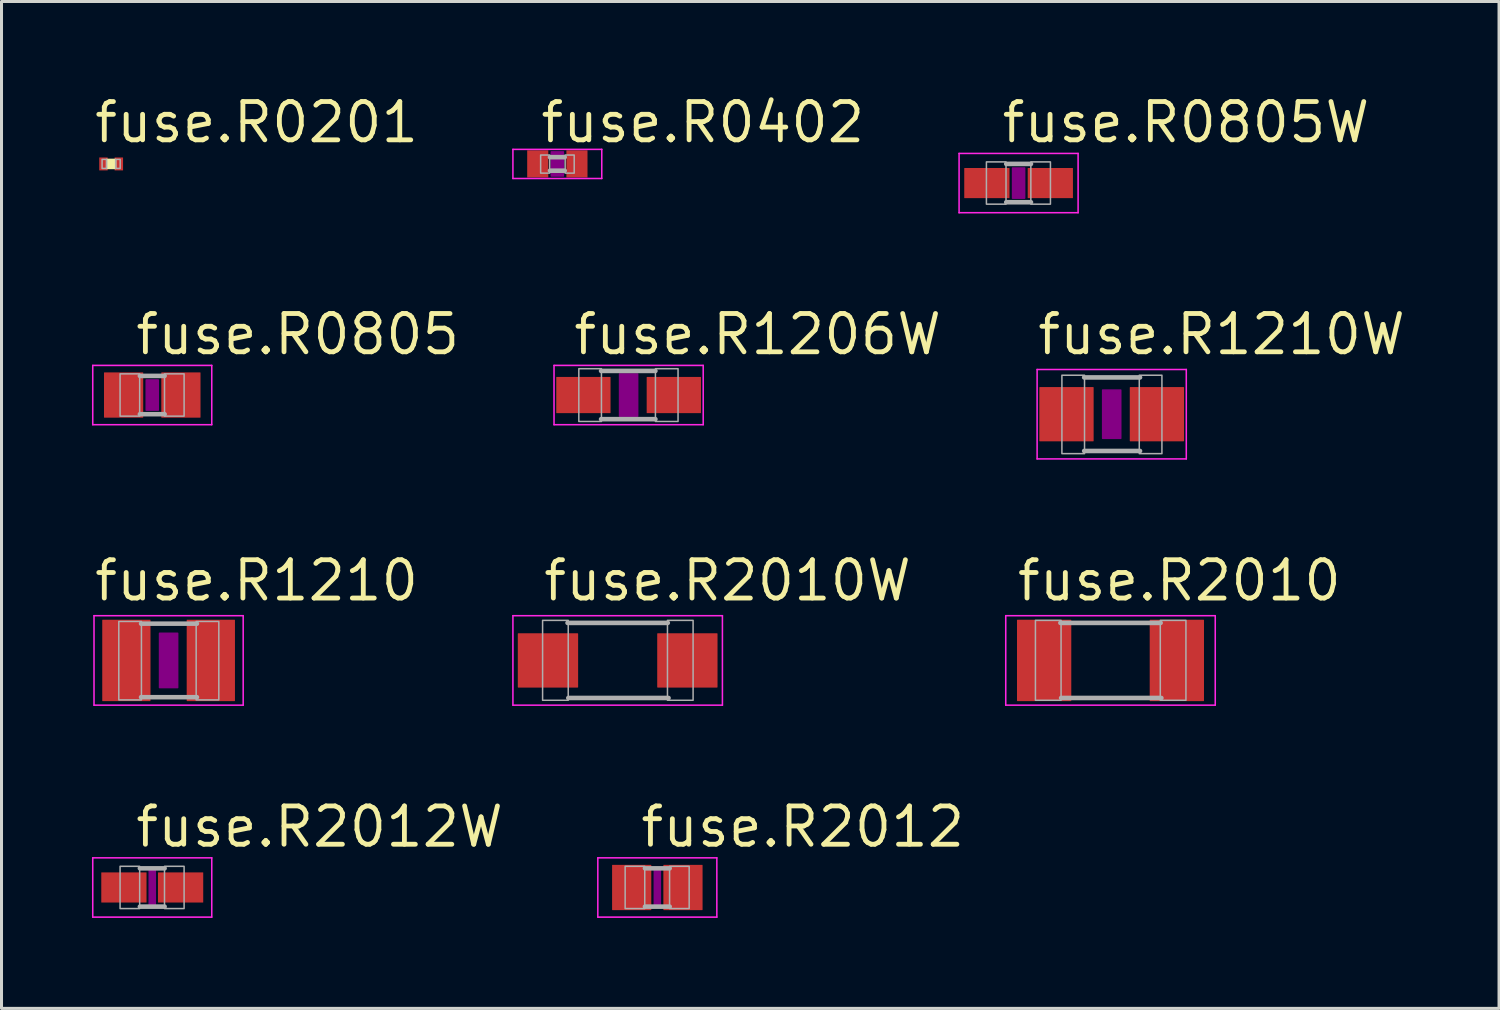
<source format=kicad_pcb>
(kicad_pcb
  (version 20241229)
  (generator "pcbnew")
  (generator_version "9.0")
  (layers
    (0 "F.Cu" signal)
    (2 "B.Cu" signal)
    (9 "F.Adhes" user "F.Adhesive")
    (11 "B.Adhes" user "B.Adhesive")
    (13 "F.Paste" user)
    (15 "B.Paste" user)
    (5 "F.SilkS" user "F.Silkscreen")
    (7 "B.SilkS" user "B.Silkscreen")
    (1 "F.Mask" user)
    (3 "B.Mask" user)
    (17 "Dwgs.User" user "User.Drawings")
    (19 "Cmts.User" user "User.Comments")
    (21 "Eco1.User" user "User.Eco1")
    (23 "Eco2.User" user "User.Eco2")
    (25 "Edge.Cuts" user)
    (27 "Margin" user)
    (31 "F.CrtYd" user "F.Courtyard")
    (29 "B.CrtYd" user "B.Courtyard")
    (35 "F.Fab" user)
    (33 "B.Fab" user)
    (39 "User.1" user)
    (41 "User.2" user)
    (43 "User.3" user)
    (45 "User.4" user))
  (footprint "fuse.R2010W"
    (layer "F.Cu")
    (at 17.429 18.847)
    (property "Reference" "fuse.R2010W" (at -2.54 -1.905 0) (layer "F.SilkS") (effects (font (size 1.27 1.27) (thickness 0.16)) (justify left bottom)))
    (attr smd)
    (fp_line (start -3.473 -1.483) (end 3.473 -1.483) (stroke (width 0.051) (type default)) (layer "F.CrtYd"))
    (fp_line (start -3.473 1.483) (end -3.473 -1.483) (stroke (width 0.051) (type default)) (layer "F.CrtYd"))
    (fp_line (start 3.473 -1.483) (end 3.473 1.483) (stroke (width 0.051) (type default)) (layer "F.CrtYd"))
    (fp_line (start 3.473 1.483) (end -3.473 1.483) (stroke (width 0.051) (type default)) (layer "F.CrtYd"))
    (fp_line (start -1.662 -1.245) (end 1.662 -1.245) (stroke (width 0.152) (type default)) (layer "F.Fab"))
    (fp_line (start -1.637 1.245) (end 1.687 1.245) (stroke (width 0.152) (type default)) (layer "F.Fab"))
    (fp_rect (start -2.489 1.321) (end -1.639 -1.329) (stroke (width 0.05) (type default)) (fill no) (layer "F.Fab"))
    (fp_rect (start 1.651 1.321) (end 2.501 -1.329) (stroke (width 0.05) (type default)) (fill no) (layer "F.Fab"))
    (pad "1" smd roundrect (at -2.311 0) (size 2 1.8) (layers "F.Cu" "F.Mask" "F.Paste") (roundrect_rratio 0.01))
    (pad "2" smd roundrect (at 2.311 0) (size 2 1.8) (layers "F.Cu" "F.Mask" "F.Paste") (roundrect_rratio 0.01)))
  (footprint "fuse.R2010"
    (layer "F.Cu")
    (at 33.769 18.847)
    (property "Reference" "fuse.R2010" (at -3.175 -1.905 0) (layer "F.SilkS") (effects (font (size 1.27 1.27) (thickness 0.16)) (justify left bottom)))
    (attr smd)
    (fp_line (start -3.473 -1.483) (end 3.473 -1.483) (stroke (width 0.051) (type default)) (layer "F.CrtYd"))
    (fp_line (start -3.473 1.483) (end -3.473 -1.483) (stroke (width 0.051) (type default)) (layer "F.CrtYd"))
    (fp_line (start 3.473 -1.483) (end 3.473 1.483) (stroke (width 0.051) (type default)) (layer "F.CrtYd"))
    (fp_line (start 3.473 1.483) (end -3.473 1.483) (stroke (width 0.051) (type default)) (layer "F.CrtYd"))
    (fp_line (start -1.662 -1.245) (end 1.662 -1.245) (stroke (width 0.152) (type default)) (layer "F.Fab"))
    (fp_line (start -1.637 1.245) (end 1.687 1.245) (stroke (width 0.152) (type default)) (layer "F.Fab"))
    (fp_rect (start -2.489 1.321) (end -1.639 -1.329) (stroke (width 0.05) (type default)) (fill no) (layer "F.Fab"))
    (fp_rect (start 1.651 1.321) (end 2.501 -1.329) (stroke (width 0.05) (type default)) (fill no) (layer "F.Fab"))
    (pad "1" smd roundrect (at -2.2 0) (size 1.8 2.7) (layers "F.Cu" "F.Mask" "F.Paste") (roundrect_rratio 0.01))
    (pad "2" smd roundrect (at 2.2 0) (size 1.8 2.7) (layers "F.Cu" "F.Mask" "F.Paste") (roundrect_rratio 0.01)))
  (footprint "fuse.R0805W"
    (layer "F.Cu")
    (at 30.722 3.02)
    (property "Reference" "fuse.R0805W" (at -0.635 -1.27 0) (layer "F.SilkS") (effects (font (size 1.27 1.27) (thickness 0.16)) (justify left bottom)))
    (attr smd)
    (fp_rect (start -0.2 0.5) (end 0.2 -0.5) (stroke (width 0.05) (type default)) (fill yes) (layer "F.Adhes"))
    (fp_line (start -1.973 -0.983) (end 1.973 -0.983) (stroke (width 0.051) (type default)) (layer "F.CrtYd"))
    (fp_line (start -1.973 0.983) (end -1.973 -0.983) (stroke (width 0.051) (type default)) (layer "F.CrtYd"))
    (fp_line (start 1.973 -0.983) (end 1.973 0.983) (stroke (width 0.051) (type default)) (layer "F.CrtYd"))
    (fp_line (start 1.973 0.983) (end -1.973 0.983) (stroke (width 0.051) (type default)) (layer "F.CrtYd"))
    (fp_line (start -0.41 -0.635) (end 0.41 -0.635) (stroke (width 0.152) (type default)) (layer "F.Fab"))
    (fp_line (start -0.41 0.635) (end 0.41 0.635) (stroke (width 0.152) (type default)) (layer "F.Fab"))
    (fp_rect (start -1.067 0.699) (end -0.417 -0.702) (stroke (width 0.05) (type default)) (fill no) (layer "F.Fab"))
    (fp_rect (start 0.406 0.699) (end 1.056 -0.702) (stroke (width 0.05) (type default)) (fill no) (layer "F.Fab"))
    (pad "1" smd roundrect (at -1.052 0) (size 1.5 1) (layers "F.Cu" "F.Mask" "F.Paste") (roundrect_rratio 0.01))
    (pad "2" smd roundrect (at 1.052 0) (size 1.5 1) (layers "F.Cu" "F.Mask" "F.Paste") (roundrect_rratio 0.01)))
  (footprint "fuse.R0201"
    (layer "F.Cu")
    (at 0.635 2.385)
    (property "Reference" "fuse.R0201" (at -0.635 -0.635 0) (layer "F.SilkS") (effects (font (size 1.27 1.27) (thickness 0.16)) (justify left bottom)))
    (attr smd)
    (fp_rect (start -0.15 0.15) (end 0.15 -0.15) (stroke (width 0.05) (type default)) (fill yes) (layer "F.SilkS"))
    (fp_rect (start -0.3 0.15) (end -0.15 -0.15) (stroke (width 0.05) (type default)) (fill no) (layer "F.Fab"))
    (fp_rect (start 0.15 0.15) (end 0.3 -0.15) (stroke (width 0.05) (type default)) (fill no) (layer "F.Fab"))
    (pad "1" smd roundrect (at -0.255 0) (size 0.28 0.43) (layers "F.Cu" "F.Mask" "F.Paste") (roundrect_rratio 0.01))
    (pad "2" smd roundrect (at 0.255 0) (size 0.28 0.43) (layers "F.Cu" "F.Mask" "F.Paste") (roundrect_rratio 0.01)))
  (footprint "fuse.R2012W"
    (layer "F.Cu")
    (at 1.998 26.375)
    (property "Reference" "fuse.R2012W" (at -0.635 -1.27 0) (layer "F.SilkS") (effects (font (size 1.27 1.27) (thickness 0.16)) (justify left bottom)))
    (attr smd)
    (fp_rect (start -0.1 0.6) (end 0.1 -0.6) (stroke (width 0.05) (type default)) (fill yes) (layer "F.Adhes"))
    (fp_line (start -1.973 -0.983) (end 1.973 -0.983) (stroke (width 0.051) (type default)) (layer "F.CrtYd"))
    (fp_line (start -1.973 0.983) (end -1.973 -0.983) (stroke (width 0.051) (type default)) (layer "F.CrtYd"))
    (fp_line (start 1.973 -0.983) (end 1.973 0.983) (stroke (width 0.051) (type default)) (layer "F.CrtYd"))
    (fp_line (start 1.973 0.983) (end -1.973 0.983) (stroke (width 0.051) (type default)) (layer "F.CrtYd"))
    (fp_line (start -0.41 -0.635) (end 0.41 -0.635) (stroke (width 0.152) (type default)) (layer "F.Fab"))
    (fp_line (start -0.41 0.635) (end 0.41 0.635) (stroke (width 0.152) (type default)) (layer "F.Fab"))
    (fp_rect (start -1.067 0.699) (end -0.417 -0.702) (stroke (width 0.05) (type default)) (fill no) (layer "F.Fab"))
    (fp_rect (start 0.406 0.699) (end 1.056 -0.702) (stroke (width 0.05) (type default)) (fill no) (layer "F.Fab"))
    (pad "1" smd roundrect (at -0.94 0) (size 1.5 1) (layers "F.Cu" "F.Mask" "F.Paste") (roundrect_rratio 0.01))
    (pad "2" smd roundrect (at 0.94 0) (size 1.5 1) (layers "F.Cu" "F.Mask" "F.Paste") (roundrect_rratio 0.01)))
  (footprint "fuse.R0402"
    (layer "F.Cu")
    (at 15.429 2.385)
    (property "Reference" "fuse.R0402" (at -0.635 -0.635 0) (layer "F.SilkS") (effects (font (size 1.27 1.27) (thickness 0.16)) (justify left bottom)))
    (attr smd)
    (fp_rect (start -0.2 0.4) (end 0.2 -0.4) (stroke (width 0.05) (type default)) (fill yes) (layer "F.Adhes"))
    (fp_line (start -1.473 -0.483) (end 1.473 -0.483) (stroke (width 0.051) (type default)) (layer "F.CrtYd"))
    (fp_line (start -1.473 0.483) (end -1.473 -0.483) (stroke (width 0.051) (type default)) (layer "F.CrtYd"))
    (fp_line (start 1.473 -0.483) (end 1.473 0.483) (stroke (width 0.051) (type default)) (layer "F.CrtYd"))
    (fp_line (start 1.473 0.483) (end -1.473 0.483) (stroke (width 0.051) (type default)) (layer "F.CrtYd"))
    (fp_line (start -0.245 -0.224) (end 0.245 -0.224) (stroke (width 0.152) (type default)) (layer "F.Fab"))
    (fp_line (start 0.245 0.224) (end -0.245 0.224) (stroke (width 0.152) (type default)) (layer "F.Fab"))
    (fp_rect (start -0.554 0.305) (end -0.254 -0.295) (stroke (width 0.05) (type default)) (fill no) (layer "F.Fab"))
    (fp_rect (start 0.259 0.305) (end 0.559 -0.295) (stroke (width 0.05) (type default)) (fill no) (layer "F.Fab"))
    (pad "1" smd roundrect (at -0.65 0) (size 0.7 0.9) (layers "F.Cu" "F.Mask" "F.Paste") (roundrect_rratio 0.01))
    (pad "2" smd roundrect (at 0.65 0) (size 0.7 0.9) (layers "F.Cu" "F.Mask" "F.Paste") (roundrect_rratio 0.01)))
  (footprint "fuse.R2012"
    (layer "F.Cu")
    (at 18.744 26.375)
    (property "Reference" "fuse.R2012" (at -0.635 -1.27 0) (layer "F.SilkS") (effects (font (size 1.27 1.27) (thickness 0.16)) (justify left bottom)))
    (attr smd)
    (fp_rect (start -0.1 0.6) (end 0.1 -0.6) (stroke (width 0.05) (type default)) (fill yes) (layer "F.Adhes"))
    (fp_line (start -1.973 -0.983) (end 1.973 -0.983) (stroke (width 0.051) (type default)) (layer "F.CrtYd"))
    (fp_line (start -1.973 0.983) (end -1.973 -0.983) (stroke (width 0.051) (type default)) (layer "F.CrtYd"))
    (fp_line (start 1.973 -0.983) (end 1.973 0.983) (stroke (width 0.051) (type default)) (layer "F.CrtYd"))
    (fp_line (start 1.973 0.983) (end -1.973 0.983) (stroke (width 0.051) (type default)) (layer "F.CrtYd"))
    (fp_line (start -0.41 -0.635) (end 0.41 -0.635) (stroke (width 0.152) (type default)) (layer "F.Fab"))
    (fp_line (start -0.41 0.635) (end 0.41 0.635) (stroke (width 0.152) (type default)) (layer "F.Fab"))
    (fp_rect (start -1.067 0.699) (end -0.417 -0.702) (stroke (width 0.05) (type default)) (fill no) (layer "F.Fab"))
    (fp_rect (start 0.406 0.699) (end 1.056 -0.702) (stroke (width 0.05) (type default)) (fill no) (layer "F.Fab"))
    (pad "1" smd roundrect (at -0.85 0) (size 1.3 1.5) (layers "F.Cu" "F.Mask" "F.Paste") (roundrect_rratio 0.01))
    (pad "2" smd roundrect (at 0.85 0) (size 1.3 1.5) (layers "F.Cu" "F.Mask" "F.Paste") (roundrect_rratio 0.01)))
  (footprint "fuse.R1206W"
    (layer "F.Cu")
    (at 17.792 10.048)
    (property "Reference" "fuse.R1206W" (at -1.905 -1.27 0) (layer "F.SilkS") (effects (font (size 1.27 1.27) (thickness 0.16)) (justify left bottom)))
    (attr smd)
    (fp_rect (start -0.3 0.7) (end 0.3 -0.7) (stroke (width 0.05) (type default)) (fill yes) (layer "F.Adhes"))
    (fp_line (start -2.473 -0.983) (end 2.473 -0.983) (stroke (width 0.051) (type default)) (layer "F.CrtYd"))
    (fp_line (start -2.473 0.983) (end -2.473 -0.983) (stroke (width 0.051) (type default)) (layer "F.CrtYd"))
    (fp_line (start 2.473 -0.983) (end 2.473 0.983) (stroke (width 0.051) (type default)) (layer "F.CrtYd"))
    (fp_line (start 2.473 0.983) (end -2.473 0.983) (stroke (width 0.051) (type default)) (layer "F.CrtYd"))
    (fp_line (start -0.913 -0.8) (end 0.888 -0.8) (stroke (width 0.152) (type default)) (layer "F.Fab"))
    (fp_line (start -0.913 0.8) (end 0.888 0.8) (stroke (width 0.152) (type default)) (layer "F.Fab"))
    (fp_rect (start -1.651 0.876) (end -0.901 -0.874) (stroke (width 0.05) (type default)) (fill no) (layer "F.Fab"))
    (fp_rect (start 0.889 0.876) (end 1.639 -0.874) (stroke (width 0.05) (type default)) (fill no) (layer "F.Fab"))
    (pad "1" smd roundrect (at -1.499 0) (size 1.8 1.2) (layers "F.Cu" "F.Mask" "F.Paste") (roundrect_rratio 0.01))
    (pad "2" smd roundrect (at 1.499 0) (size 1.8 1.2) (layers "F.Cu" "F.Mask" "F.Paste") (roundrect_rratio 0.01)))
  (footprint "fuse.R0805"
    (layer "F.Cu")
    (at 1.998 10.048)
    (property "Reference" "fuse.R0805" (at -0.635 -1.27 0) (layer "F.SilkS") (effects (font (size 1.27 1.27) (thickness 0.16)) (justify left bottom)))
    (attr smd)
    (fp_rect (start -0.2 0.5) (end 0.2 -0.5) (stroke (width 0.05) (type default)) (fill yes) (layer "F.Adhes"))
    (fp_line (start -1.973 -0.983) (end 1.973 -0.983) (stroke (width 0.051) (type default)) (layer "F.CrtYd"))
    (fp_line (start -1.973 0.983) (end -1.973 -0.983) (stroke (width 0.051) (type default)) (layer "F.CrtYd"))
    (fp_line (start 1.973 -0.983) (end 1.973 0.983) (stroke (width 0.051) (type default)) (layer "F.CrtYd"))
    (fp_line (start 1.973 0.983) (end -1.973 0.983) (stroke (width 0.051) (type default)) (layer "F.CrtYd"))
    (fp_line (start -0.41 -0.635) (end 0.41 -0.635) (stroke (width 0.152) (type default)) (layer "F.Fab"))
    (fp_line (start -0.41 0.635) (end 0.41 0.635) (stroke (width 0.152) (type default)) (layer "F.Fab"))
    (fp_rect (start -1.067 0.699) (end -0.417 -0.702) (stroke (width 0.05) (type default)) (fill no) (layer "F.Fab"))
    (fp_rect (start 0.406 0.699) (end 1.056 -0.702) (stroke (width 0.05) (type default)) (fill no) (layer "F.Fab"))
    (pad "1" smd roundrect (at -0.95 0) (size 1.3 1.5) (layers "F.Cu" "F.Mask" "F.Paste") (roundrect_rratio 0.01))
    (pad "2" smd roundrect (at 0.95 0) (size 1.3 1.5) (layers "F.Cu" "F.Mask" "F.Paste") (roundrect_rratio 0.01)))
  (footprint "fuse.R1210"
    (layer "F.Cu")
    (at 2.54 18.847)
    (property "Reference" "fuse.R1210" (at -2.54 -1.905 0) (layer "F.SilkS") (effects (font (size 1.27 1.27) (thickness 0.16)) (justify left bottom)))
    (attr smd)
    (fp_rect (start -0.3 0.9) (end 0.3 -0.9) (stroke (width 0.05) (type default)) (fill yes) (layer "F.Adhes"))
    (fp_line (start -2.473 -1.483) (end 2.473 -1.483) (stroke (width 0.051) (type default)) (layer "F.CrtYd"))
    (fp_line (start -2.473 1.483) (end -2.473 -1.483) (stroke (width 0.051) (type default)) (layer "F.CrtYd"))
    (fp_line (start 2.473 -1.483) (end 2.473 1.483) (stroke (width 0.051) (type default)) (layer "F.CrtYd"))
    (fp_line (start 2.473 1.483) (end -2.473 1.483) (stroke (width 0.051) (type default)) (layer "F.CrtYd"))
    (fp_line (start -0.913 -1.219) (end 0.939 -1.219) (stroke (width 0.152) (type default)) (layer "F.Fab"))
    (fp_line (start -0.913 1.219) (end 0.939 1.219) (stroke (width 0.152) (type default)) (layer "F.Fab"))
    (fp_rect (start -1.651 1.308) (end -0.901 -1.292) (stroke (width 0.05) (type default)) (fill no) (layer "F.Fab"))
    (fp_rect (start 0.914 1.308) (end 1.665 -1.292) (stroke (width 0.05) (type default)) (fill no) (layer "F.Fab"))
    (pad "1" smd roundrect (at -1.4 0) (size 1.6 2.7) (layers "F.Cu" "F.Mask" "F.Paste") (roundrect_rratio 0.01))
    (pad "2" smd roundrect (at 1.4 0) (size 1.6 2.7) (layers "F.Cu" "F.Mask" "F.Paste") (roundrect_rratio 0.01)))
  (footprint "fuse.R1210W"
    (layer "F.Cu")
    (at 33.809 10.683)
    (property "Reference" "fuse.R1210W" (at -2.54 -1.905 0) (layer "F.SilkS") (effects (font (size 1.27 1.27) (thickness 0.16)) (justify left bottom)))
    (attr smd)
    (fp_rect (start -0.3 0.8) (end 0.3 -0.8) (stroke (width 0.05) (type default)) (fill yes) (layer "F.Adhes"))
    (fp_line (start -2.473 -1.483) (end 2.473 -1.483) (stroke (width 0.051) (type default)) (layer "F.CrtYd"))
    (fp_line (start -2.473 1.483) (end -2.473 -1.483) (stroke (width 0.051) (type default)) (layer "F.CrtYd"))
    (fp_line (start 2.473 -1.483) (end 2.473 1.483) (stroke (width 0.051) (type default)) (layer "F.CrtYd"))
    (fp_line (start 2.473 1.483) (end -2.473 1.483) (stroke (width 0.051) (type default)) (layer "F.CrtYd"))
    (fp_line (start -0.913 -1.219) (end 0.939 -1.219) (stroke (width 0.152) (type default)) (layer "F.Fab"))
    (fp_line (start -0.913 1.219) (end 0.939 1.219) (stroke (width 0.152) (type default)) (layer "F.Fab"))
    (fp_rect (start -1.651 1.308) (end -0.901 -1.292) (stroke (width 0.05) (type default)) (fill no) (layer "F.Fab"))
    (fp_rect (start 0.914 1.308) (end 1.665 -1.292) (stroke (width 0.05) (type default)) (fill no) (layer "F.Fab"))
    (pad "1" smd roundrect (at -1.499 0) (size 1.8 1.8) (layers "F.Cu" "F.Mask" "F.Paste") (roundrect_rratio 0.01))
    (pad "2" smd roundrect (at 1.499 0) (size 1.8 1.8) (layers "F.Cu" "F.Mask" "F.Paste") (roundrect_rratio 0.01)))
  (gr_rect
    (start -3 -3)
    (end 46.651 30.384)
    (stroke (width 0.1) (type default))
    (fill no)
    (layer "Edge.Cuts")))
</source>
